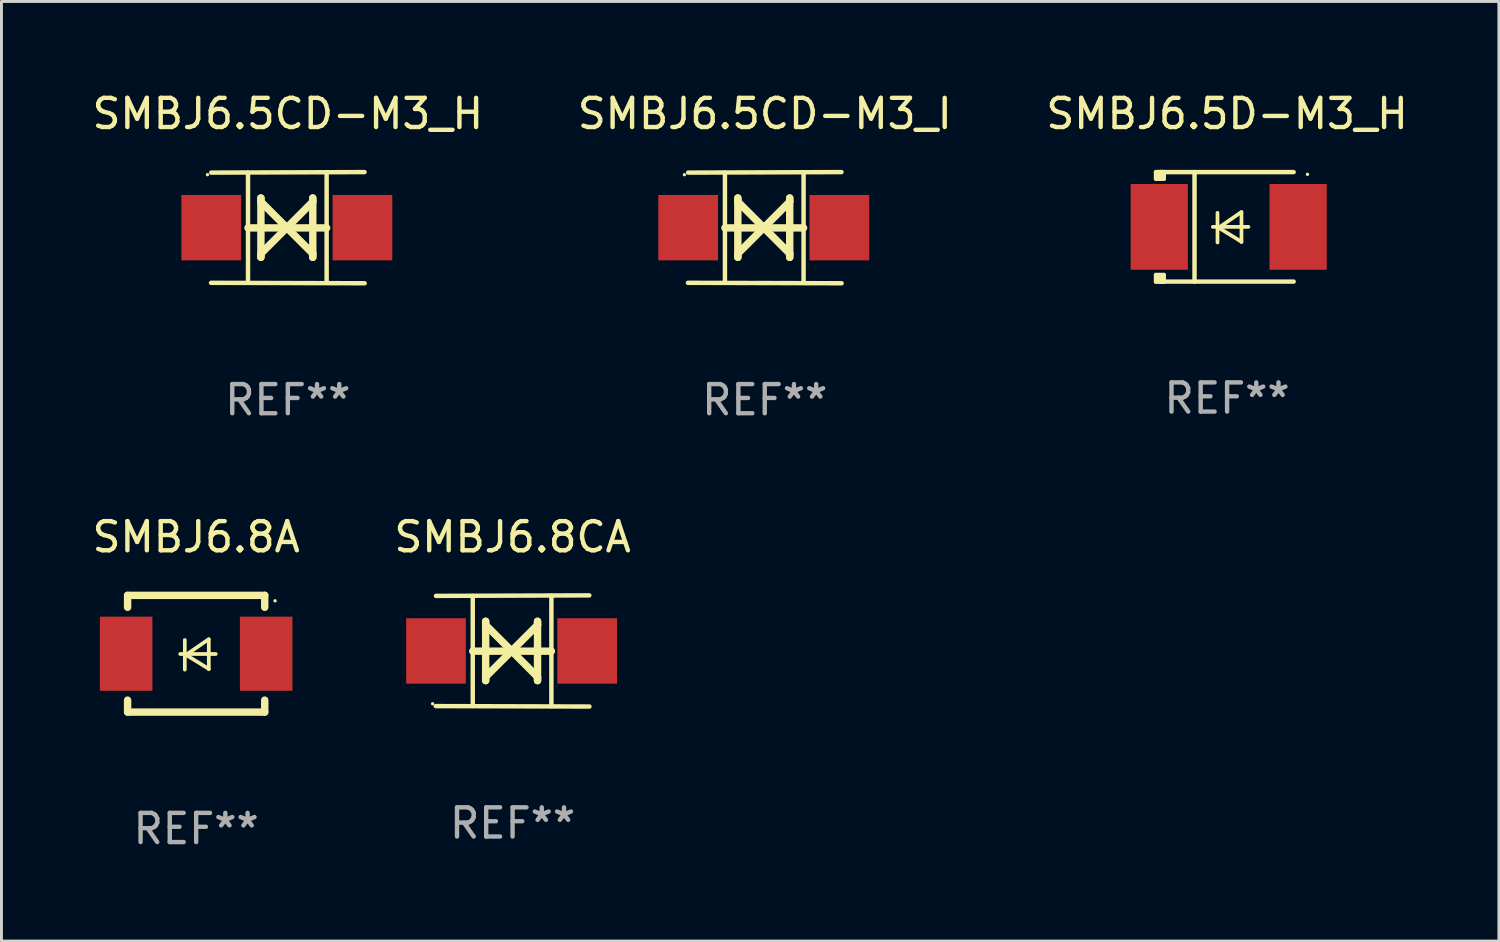
<source format=kicad_pcb>
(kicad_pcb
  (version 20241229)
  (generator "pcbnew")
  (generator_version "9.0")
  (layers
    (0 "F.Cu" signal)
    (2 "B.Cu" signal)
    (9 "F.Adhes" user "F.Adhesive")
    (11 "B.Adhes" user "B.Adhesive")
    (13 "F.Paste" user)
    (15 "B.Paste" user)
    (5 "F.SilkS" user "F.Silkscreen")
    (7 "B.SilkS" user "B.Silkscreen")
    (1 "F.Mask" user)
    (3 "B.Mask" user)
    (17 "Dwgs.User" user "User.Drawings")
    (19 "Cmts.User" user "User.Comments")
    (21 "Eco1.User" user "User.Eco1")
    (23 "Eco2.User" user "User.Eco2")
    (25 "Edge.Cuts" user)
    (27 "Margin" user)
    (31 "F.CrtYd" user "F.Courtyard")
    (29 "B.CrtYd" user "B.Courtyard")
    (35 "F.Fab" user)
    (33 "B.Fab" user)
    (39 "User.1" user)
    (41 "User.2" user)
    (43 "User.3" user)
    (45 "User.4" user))
  (footprint "SMBJ6.5CD-M3_I"
    (layer "F.Cu")
    (at 23.161 4.753)
    (property "Reference" "SMBJ6.5CD-M3_I" (at 0 -3.905 0) (layer "F.SilkS") (effects (font (size 1 1) (thickness 0.15))))
    (attr through_hole)
    (fp_line (start -1.365 1.886) (end -1.365 -1.886) (stroke (width 0.152) (type solid)) (layer "F.SilkS"))
    (fp_line (start -1.365 0.008) (end 1.33 0.008) (stroke (width 0.254) (type solid)) (layer "F.SilkS"))
    (fp_line (start -0.923 -1.016) (end -0.923 1.016) (stroke (width 0.254) (type solid)) (layer "F.SilkS"))
    (fp_line (start -0.923 -0.889) (end -0.923 -1.016) (stroke (width 0.254) (type solid)) (layer "F.SilkS"))
    (fp_line (start -0.923 0.889) (end -0.034 0) (stroke (width 0.254) (type solid)) (layer "F.SilkS"))
    (fp_line (start -0.923 1.016) (end -0.923 0.889) (stroke (width 0.254) (type solid)) (layer "F.SilkS"))
    (fp_line (start -0.034 0) (end -0.923 -0.889) (stroke (width 0.254) (type solid)) (layer "F.SilkS"))
    (fp_line (start -0.034 0) (end 0.855 0.889) (stroke (width 0.254) (type solid)) (layer "F.SilkS"))
    (fp_line (start 0.855 -1.016) (end 0.855 -0.889) (stroke (width 0.254) (type solid)) (layer "F.SilkS"))
    (fp_line (start 0.855 -0.889) (end -0.034 0) (stroke (width 0.254) (type solid)) (layer "F.SilkS"))
    (fp_line (start 0.855 0.889) (end 0.855 1.016) (stroke (width 0.254) (type solid)) (layer "F.SilkS"))
    (fp_line (start 0.855 1.016) (end 0.855 -1.016) (stroke (width 0.254) (type solid)) (layer "F.SilkS"))
    (fp_line (start 1.33 1.886) (end 1.33 -1.886) (stroke (width 0.152) (type solid)) (layer "F.SilkS"))
    (fp_line (start 2.629 -1.905) (end -2.625 -1.887) (stroke (width 0.152) (type solid)) (layer "F.SilkS"))
    (fp_line (start 2.633 1.905) (end -2.633 1.89) (stroke (width 0.152) (type solid)) (layer "F.SilkS"))
    (fp_circle (center -2.753 -1.816) (end -2.723 -1.816) (stroke (width 0.06) (type solid)) (fill no) (layer "F.SilkS"))
    (fp_text user "REF**" (at 0 5.905 0) (layer "F.Fab") (effects (font (size 1 1) (thickness 0.15))))
    (pad "1" smd rect (at -2.625 0) (size 2.047 2.241) (layers "F.Cu" "F.Mask" "F.Paste"))
    (pad "2" smd rect (at 2.557 0) (size 2.047 2.241) (layers "F.Cu" "F.Mask" "F.Paste")))
  (footprint "SMBJ6.5D-M3_H"
    (layer "F.Cu")
    (at 39.006 4.725)
    (property "Reference" "SMBJ6.5D-M3_H" (at 0 -3.876 0) (layer "F.SilkS") (effects (font (size 1 1) (thickness 0.15))))
    (attr through_hole)
    (fp_line (start -2.435 1.65) (end -2.171 1.65) (stroke (width 0.152) (type solid)) (layer "F.SilkS"))
    (fp_line (start -2.435 1.876) (end -2.435 1.65) (stroke (width 0.152) (type solid)) (layer "F.SilkS"))
    (fp_line (start -2.435 -1.876) (end -2.171 -1.876) (stroke (width 0.152) (type solid)) (layer "F.SilkS"))
    (fp_line (start -2.435 -1.65) (end -2.435 -1.876) (stroke (width 0.152) (type solid)) (layer "F.SilkS"))
    (fp_line (start -2.305 -1.866) (end -2.295 -1.876) (stroke (width 0.152) (type solid)) (layer "F.SilkS"))
    (fp_line (start -2.305 -1.65) (end -2.305 -1.866) (stroke (width 0.152) (type solid)) (layer "F.SilkS"))
    (fp_line (start -2.305 1.876) (end -2.305 1.65) (stroke (width 0.152) (type solid)) (layer "F.SilkS"))
    (fp_line (start -2.295 -1.876) (end -2.295 -1.65) (stroke (width 0.152) (type solid)) (layer "F.SilkS"))
    (fp_line (start -2.171 1.876) (end -2.435 1.876) (stroke (width 0.152) (type solid)) (layer "F.SilkS"))
    (fp_line (start -2.171 -1.65) (end -2.435 -1.65) (stroke (width 0.152) (type solid)) (layer "F.SilkS"))
    (fp_line (start -2.171 -1.876) (end -2.295 -1.876) (stroke (width 0.152) (type solid)) (layer "F.SilkS"))
    (fp_line (start -2.171 -1.65) (end -2.171 -1.876) (stroke (width 0.152) (type solid)) (layer "F.SilkS"))
    (fp_line (start -2.171 1.876) (end -2.305 1.876) (stroke (width 0.152) (type solid)) (layer "F.SilkS"))
    (fp_line (start -2.171 1.876) (end -2.171 1.65) (stroke (width 0.152) (type solid)) (layer "F.SilkS"))
    (fp_line (start -1.116 1.876) (end -1.116 -1.876) (stroke (width 0.152) (type solid)) (layer "F.SilkS"))
    (fp_line (start -0.488 0.000102) (end 0.731 0.000102) (stroke (width 0.127) (type solid)) (layer "F.SilkS"))
    (fp_line (start -0.329 -0.48) (end -0.329 0.536) (stroke (width 0.127) (type solid)) (layer "F.SilkS"))
    (fp_line (start -0.29 0.03) (end 0.493 0.51) (stroke (width 0.127) (type solid)) (layer "F.SilkS"))
    (fp_line (start 0.493 -0.51) (end -0.29 0.03) (stroke (width 0.127) (type solid)) (layer "F.SilkS"))
    (fp_line (start 0.493 0.52) (end 0.493 -0.496) (stroke (width 0.127) (type solid)) (layer "F.SilkS"))
    (fp_line (start 2.281 -1.876) (end -2.171 -1.876) (stroke (width 0.152) (type solid)) (layer "F.SilkS"))
    (fp_line (start 2.281 1.876) (end -2.171 1.876) (stroke (width 0.152) (type solid)) (layer "F.SilkS"))
    (fp_circle (center 2.755 -1.8) (end 2.785 -1.8) (stroke (width 0.06) (type solid)) (fill no) (layer "F.SilkS"))
    (fp_text user "REF**" (at 0 5.876 0) (layer "F.Fab") (effects (font (size 1 1) (thickness 0.15))))
    (pad "1" smd rect (at 2.435 -0.000025 180) (size 1.96 2.94) (layers "F.Cu" "F.Mask" "F.Paste"))
    (pad "2" smd rect (at -2.325 -0.000025 180) (size 1.96 2.94) (layers "F.Cu" "F.Mask" "F.Paste")))
  (footprint "SMBJ6.5CD-M3_H"
    (layer "F.Cu")
    (at 6.815 4.753)
    (property "Reference" "SMBJ6.5CD-M3_H" (at 0 -3.905 0) (layer "F.SilkS") (effects (font (size 1 1) (thickness 0.15))))
    (attr through_hole)
    (fp_line (start -1.365 1.886) (end -1.365 -1.886) (stroke (width 0.152) (type solid)) (layer "F.SilkS"))
    (fp_line (start -1.365 0.008) (end 1.33 0.008) (stroke (width 0.254) (type solid)) (layer "F.SilkS"))
    (fp_line (start -0.923 -1.016) (end -0.923 1.016) (stroke (width 0.254) (type solid)) (layer "F.SilkS"))
    (fp_line (start -0.923 -0.889) (end -0.923 -1.016) (stroke (width 0.254) (type solid)) (layer "F.SilkS"))
    (fp_line (start -0.923 0.889) (end -0.034 0) (stroke (width 0.254) (type solid)) (layer "F.SilkS"))
    (fp_line (start -0.923 1.016) (end -0.923 0.889) (stroke (width 0.254) (type solid)) (layer "F.SilkS"))
    (fp_line (start -0.034 0) (end -0.923 -0.889) (stroke (width 0.254) (type solid)) (layer "F.SilkS"))
    (fp_line (start -0.034 0) (end 0.855 0.889) (stroke (width 0.254) (type solid)) (layer "F.SilkS"))
    (fp_line (start 0.855 -1.016) (end 0.855 -0.889) (stroke (width 0.254) (type solid)) (layer "F.SilkS"))
    (fp_line (start 0.855 -0.889) (end -0.034 0) (stroke (width 0.254) (type solid)) (layer "F.SilkS"))
    (fp_line (start 0.855 0.889) (end 0.855 1.016) (stroke (width 0.254) (type solid)) (layer "F.SilkS"))
    (fp_line (start 0.855 1.016) (end 0.855 -1.016) (stroke (width 0.254) (type solid)) (layer "F.SilkS"))
    (fp_line (start 1.33 1.886) (end 1.33 -1.886) (stroke (width 0.152) (type solid)) (layer "F.SilkS"))
    (fp_line (start 2.629 -1.905) (end -2.625 -1.887) (stroke (width 0.152) (type solid)) (layer "F.SilkS"))
    (fp_line (start 2.633 1.905) (end -2.633 1.89) (stroke (width 0.152) (type solid)) (layer "F.SilkS"))
    (fp_circle (center -2.753 -1.816) (end -2.723 -1.816) (stroke (width 0.06) (type solid)) (fill no) (layer "F.SilkS"))
    (fp_text user "REF**" (at 0 5.905 0) (layer "F.Fab") (effects (font (size 1 1) (thickness 0.15))))
    (pad "1" smd rect (at -2.625 0) (size 2.047 2.241) (layers "F.Cu" "F.Mask" "F.Paste"))
    (pad "2" smd rect (at 2.557 0) (size 2.047 2.241) (layers "F.Cu" "F.Mask" "F.Paste")))
  (footprint "SMBJ6.8CA"
    (layer "F.Cu")
    (at 14.518 19.26)
    (property "Reference" "SMBJ6.8CA" (at 0 -3.905 0) (layer "F.SilkS") (effects (font (size 1 1) (thickness 0.15))))
    (attr through_hole)
    (fp_line (start -1.365 1.886) (end -1.365 -1.886) (stroke (width 0.152) (type solid)) (layer "F.SilkS"))
    (fp_line (start -1.365 0.008) (end 1.33 0.008) (stroke (width 0.254) (type solid)) (layer "F.SilkS"))
    (fp_line (start -0.923 -1.016) (end -0.923 1.016) (stroke (width 0.254) (type solid)) (layer "F.SilkS"))
    (fp_line (start -0.923 -0.889) (end -0.923 -1.016) (stroke (width 0.254) (type solid)) (layer "F.SilkS"))
    (fp_line (start -0.923 0.889) (end -0.034 0) (stroke (width 0.254) (type solid)) (layer "F.SilkS"))
    (fp_line (start -0.923 1.016) (end -0.923 0.889) (stroke (width 0.254) (type solid)) (layer "F.SilkS"))
    (fp_line (start -0.034 0) (end -0.923 -0.889) (stroke (width 0.254) (type solid)) (layer "F.SilkS"))
    (fp_line (start -0.034 0) (end 0.855 0.889) (stroke (width 0.254) (type solid)) (layer "F.SilkS"))
    (fp_line (start 0.855 -1.016) (end 0.855 -0.889) (stroke (width 0.254) (type solid)) (layer "F.SilkS"))
    (fp_line (start 0.855 -0.889) (end -0.034 0) (stroke (width 0.254) (type solid)) (layer "F.SilkS"))
    (fp_line (start 0.855 0.889) (end 0.855 1.016) (stroke (width 0.254) (type solid)) (layer "F.SilkS"))
    (fp_line (start 0.855 1.016) (end 0.855 -1.016) (stroke (width 0.254) (type solid)) (layer "F.SilkS"))
    (fp_line (start 1.33 1.886) (end 1.33 -1.886) (stroke (width 0.152) (type solid)) (layer "F.SilkS"))
    (fp_line (start 2.629 -1.905) (end -2.625 -1.887) (stroke (width 0.152) (type solid)) (layer "F.SilkS"))
    (fp_line (start 2.633 1.905) (end -2.633 1.89) (stroke (width 0.152) (type solid)) (layer "F.SilkS"))
    (fp_circle (center -2.741 1.81) (end -2.711 1.81) (stroke (width 0.06) (type solid)) (fill no) (layer "F.SilkS"))
    (fp_text user "REF**" (at 0 5.905 0) (layer "F.Fab") (effects (font (size 1 1) (thickness 0.15))))
    (pad "1" smd rect (at -2.625 0) (size 2.047 2.241) (layers "F.Cu" "F.Mask" "F.Paste"))
    (pad "2" smd rect (at 2.557 0) (size 2.047 2.241) (layers "F.Cu" "F.Mask" "F.Paste")))
  (footprint "SMBJ6.8A"
    (layer "F.Cu")
    (at 3.673 19.355)
    (property "Reference" "SMBJ6.8A" (at 0 -4 0) (layer "F.SilkS") (effects (font (size 1 1) (thickness 0.15))))
    (attr through_hole)
    (fp_line (start -2.35 -2) (end -2.35 -1.591) (stroke (width 0.254) (type solid)) (layer "F.SilkS"))
    (fp_line (start -2.35 -2) (end 2.35 -2) (stroke (width 0.254) (type solid)) (layer "F.SilkS"))
    (fp_line (start -2.35 1.591) (end -2.35 2) (stroke (width 0.254) (type solid)) (layer "F.SilkS"))
    (fp_line (start -2.35 2) (end 2.35 2) (stroke (width 0.254) (type solid)) (layer "F.SilkS"))
    (fp_line (start -0.548 0.01) (end 0.671 0.01) (stroke (width 0.127) (type solid)) (layer "F.SilkS"))
    (fp_line (start -0.389 -0.47) (end -0.389 0.546) (stroke (width 0.127) (type solid)) (layer "F.SilkS"))
    (fp_line (start -0.35 0.04) (end 0.433 0.52) (stroke (width 0.127) (type solid)) (layer "F.SilkS"))
    (fp_line (start 0.433 -0.5) (end -0.35 0.04) (stroke (width 0.127) (type solid)) (layer "F.SilkS"))
    (fp_line (start 0.433 0.53) (end 0.433 -0.486) (stroke (width 0.127) (type solid)) (layer "F.SilkS"))
    (fp_line (start 2.35 -2) (end 2.35 -1.591) (stroke (width 0.254) (type solid)) (layer "F.SilkS"))
    (fp_line (start 2.35 1.591) (end 2.35 2) (stroke (width 0.254) (type solid)) (layer "F.SilkS"))
    (fp_circle (center 2.704 -1.813) (end 2.734 -1.813) (stroke (width 0.06) (type solid)) (fill no) (layer "F.SilkS"))
    (fp_text user "REF**" (at 0 6 0) (layer "F.Fab") (effects (font (size 1 1) (thickness 0.15))))
    (pad "1" smd rect (at 2.4 0) (size 1.8 2.54) (layers "F.Cu" "F.Mask" "F.Paste"))
    (pad "2" smd rect (at -2.4 0) (size 1.8 2.54) (layers "F.Cu" "F.Mask" "F.Paste")))
  (gr_rect
    (start -3 -3)
    (end 48.321 29.203)
    (stroke (width 0.1) (type default))
    (fill no)
    (layer "Edge.Cuts")))
</source>
